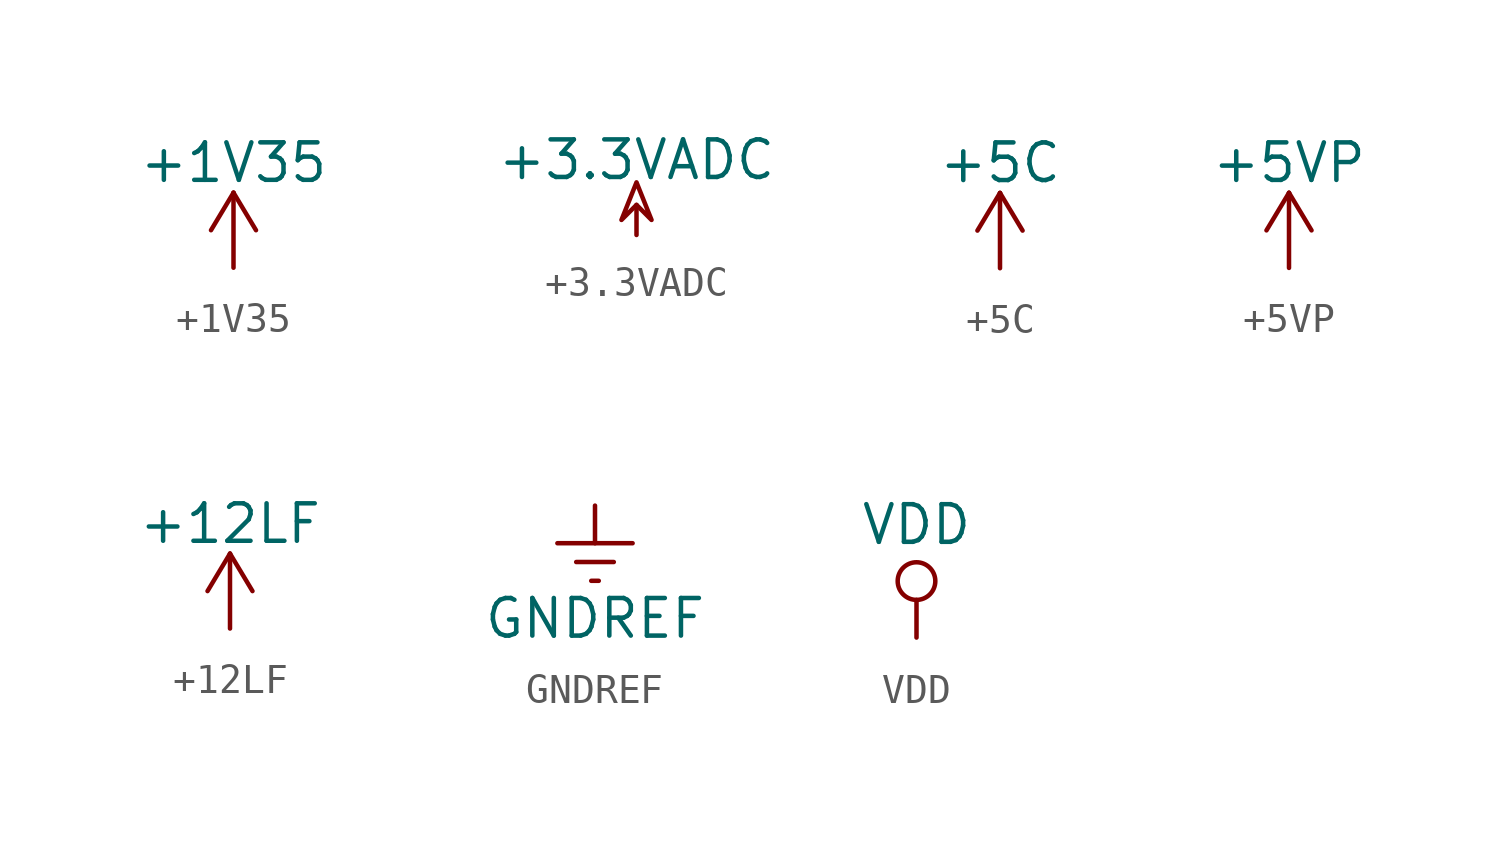
<source format=kicad_sym>
(kicad_symbol_lib
  (version 20211014)
  (generator kicad_symbol_editor)
  (symbol "+1V35"
    (power)
    (pin_names
      (offset 0))
    (property "Reference" "#PWR"
      (at 0 -3.81 0)
      (effects (font (size 1.27 1.27)) hide))
    (property "Value" "+1V35"
      (at 0 3.556 0)
      (effects (font (size 1.27 1.27))))
    (property "Footprint" ""
      (at 0 0 0)
      (effects (font (size 1.27 1.27))))
    (property "Datasheet" ""
      (at 0 0 0)
      (effects (font (size 1.27 1.27))))
    (symbol "+1V35_0_1"
      (polyline (pts (xy -0.762 1.27) (xy 0 2.54)) (stroke (width 0) (type default) (color 0 0 0 0)) (fill (type none)))
      (polyline (pts (xy 0 0) (xy 0 2.54)) (stroke (width 0) (type default) (color 0 0 0 0)) (fill (type none)))
      (polyline (pts (xy 0 2.54) (xy 0.762 1.27)) (stroke (width 0) (type default) (color 0 0 0 0)) (fill (type none))))
    (symbol "+1V35_1_1"
      (pin power_in line (at 0 0 90) (length 0) hide (name "+1V35" (effects (font (size 1.27 1.27)))) (number "1" (effects (font (size 1.27 1.27)))))))
  (symbol "+3.3VADC"
    (power)
    (pin_names
      (offset 0))
    (property "Reference" "#PWR"
      (at 3.81 -1.27 0)
      (effects (font (size 1.27 1.27)) hide))
    (property "Value" "+3.3VADC"
      (at 0 2.54 0)
      (effects (font (size 1.27 1.27))))
    (property "Footprint" ""
      (at 0 0 0)
      (effects (font (size 1.27 1.27))))
    (property "Datasheet" ""
      (at 0 0 0)
      (effects (font (size 1.27 1.27))))
    (symbol "+3.3VADC_0_0"
      (pin power_in line (at 0 0 90) (length 0) hide (name "+3.3VADC" (effects (font (size 1.27 1.27)))) (number "1" (effects (font (size 1.27 1.27))))))
    (symbol "+3.3VADC_0_1"
      (polyline (pts (xy 0 0) (xy 0 1.016) (xy 0 1.016)) (stroke (width 0) (type default) (color 0 0 0 0)) (fill (type none)))
      (polyline (pts (xy 0 1.016) (xy 0.508 0.508) (xy 0 1.778) (xy -0.508 0.508) (xy 0 1.016) (xy 0 1.016)) (stroke (width 0) (type default) (color 0 0 0 0)) (fill (type none)))))
  (symbol "+5C"
    (power)
    (pin_names
      (offset 0))
    (property "Reference" "#PWR"
      (at 0 -3.81 0)
      (effects (font (size 1.27 1.27)) hide))
    (property "Value" "+5C"
      (at 0 3.556 0)
      (effects (font (size 1.27 1.27))))
    (property "Footprint" ""
      (at 0 0 0)
      (effects (font (size 1.27 1.27))))
    (property "Datasheet" ""
      (at 0 0 0)
      (effects (font (size 1.27 1.27))))
    (symbol "+5C_0_1"
      (polyline (pts (xy -0.762 1.27) (xy 0 2.54)) (stroke (width 0) (type default) (color 0 0 0 0)) (fill (type none)))
      (polyline (pts (xy 0 0) (xy 0 2.54)) (stroke (width 0) (type default) (color 0 0 0 0)) (fill (type none)))
      (polyline (pts (xy 0 2.54) (xy 0.762 1.27)) (stroke (width 0) (type default) (color 0 0 0 0)) (fill (type none))))
    (symbol "+5C_1_1"
      (pin power_in line (at 0 0 90) (length 0) hide (name "+5C" (effects (font (size 1.27 1.27)))) (number "1" (effects (font (size 1.27 1.27)))))))
  (symbol "+5VP"
    (power)
    (pin_names
      (offset 0))
    (property "Reference" "#PWR"
      (at 0 -3.81 0)
      (effects (font (size 1.27 1.27)) hide))
    (property "Value" "+5VP"
      (at 0 3.556 0)
      (effects (font (size 1.27 1.27))))
    (property "Footprint" ""
      (at 0 0 0)
      (effects (font (size 1.27 1.27))))
    (property "Datasheet" ""
      (at 0 0 0)
      (effects (font (size 1.27 1.27))))
    (symbol "+5VP_0_1"
      (polyline (pts (xy -0.762 1.27) (xy 0 2.54)) (stroke (width 0) (type default) (color 0 0 0 0)) (fill (type none)))
      (polyline (pts (xy 0 0) (xy 0 2.54)) (stroke (width 0) (type default) (color 0 0 0 0)) (fill (type none)))
      (polyline (pts (xy 0 2.54) (xy 0.762 1.27)) (stroke (width 0) (type default) (color 0 0 0 0)) (fill (type none))))
    (symbol "+5VP_1_1"
      (pin power_in line (at 0 0 90) (length 0) hide (name "+5VP" (effects (font (size 1.27 1.27)))) (number "1" (effects (font (size 1.27 1.27)))))))
  (symbol "+12LF"
    (power)
    (pin_names
      (offset 0))
    (property "Reference" "#PWR"
      (at 0 -3.81 0)
      (effects (font (size 1.27 1.27)) hide))
    (property "Value" "+12LF"
      (at 0 3.556 0)
      (effects (font (size 1.27 1.27))))
    (property "Footprint" ""
      (at 0 0 0)
      (effects (font (size 1.27 1.27))))
    (property "Datasheet" ""
      (at 0 0 0)
      (effects (font (size 1.27 1.27))))
    (symbol "+12LF_0_1"
      (polyline (pts (xy -0.762 1.27) (xy 0 2.54)) (stroke (width 0) (type default) (color 0 0 0 0)) (fill (type none)))
      (polyline (pts (xy 0 0) (xy 0 2.54)) (stroke (width 0) (type default) (color 0 0 0 0)) (fill (type none)))
      (polyline (pts (xy 0 2.54) (xy 0.762 1.27)) (stroke (width 0) (type default) (color 0 0 0 0)) (fill (type none))))
    (symbol "+12LF_1_1"
      (pin power_in line (at 0 0 90) (length 0) hide (name "+12LF" (effects (font (size 1.27 1.27)))) (number "1" (effects (font (size 1.27 1.27)))))))
  (symbol "GNDREF"
    (power)
    (pin_names
      (offset 0))
    (property "Reference" "#PWR"
      (at 0 -6.35 0)
      (effects (font (size 1.27 1.27)) hide))
    (property "Value" "GNDREF"
      (at 0 -3.81 0)
      (effects (font (size 1.27 1.27))))
    (property "Footprint" ""
      (at 0 0 0)
      (effects (font (size 1.27 1.27))))
    (property "Datasheet" ""
      (at 0 0 0)
      (effects (font (size 1.27 1.27))))
    (symbol "GNDREF_0_1"
      (polyline (pts (xy -0.635 -1.905) (xy 0.635 -1.905)) (stroke (width 0) (type default) (color 0 0 0 0)) (fill (type none)))
      (polyline (pts (xy -0.127 -2.54) (xy 0.127 -2.54)) (stroke (width 0) (type default) (color 0 0 0 0)) (fill (type none)))
      (polyline (pts (xy 0 -1.27) (xy 0 0)) (stroke (width 0) (type default) (color 0 0 0 0)) (fill (type none)))
      (polyline (pts (xy 1.27 -1.27) (xy -1.27 -1.27)) (stroke (width 0) (type default) (color 0 0 0 0)) (fill (type none))))
    (symbol "GNDREF_1_1"
      (pin power_in line (at 0 0 270) (length 0) hide (name "GNDREF" (effects (font (size 1.27 1.27)))) (number "1" (effects (font (size 1.27 1.27)))))))
  (symbol "VDD"
    (power)
    (pin_names
      (offset 0))
    (property "Reference" "#PWR"
      (at 0 -3.81 0)
      (effects (font (size 1.27 1.27)) hide))
    (property "Value" "VDD"
      (at 0 3.81 0)
      (effects (font (size 1.27 1.27))))
    (property "Footprint" ""
      (at 0 0 0)
      (effects (font (size 1.27 1.27))))
    (property "Datasheet" ""
      (at 0 0 0)
      (effects (font (size 1.27 1.27))))
    (symbol "VDD_0_1"
      (polyline (pts (xy 0 0) (xy 0 1.27)) (stroke (width 0) (type default) (color 0 0 0 0)) (fill (type none)))
      (circle (center 0 1.905) (radius 0.635) (stroke (width 0) (type default) (color 0 0 0 0)) (fill (type none))))
    (symbol "VDD_1_1"
      (pin power_in line (at 0 0 90) (length 0) hide (name "VDD" (effects (font (size 1.27 1.27)))) (number "1" (effects (font (size 1.27 1.27))))))))
</source>
